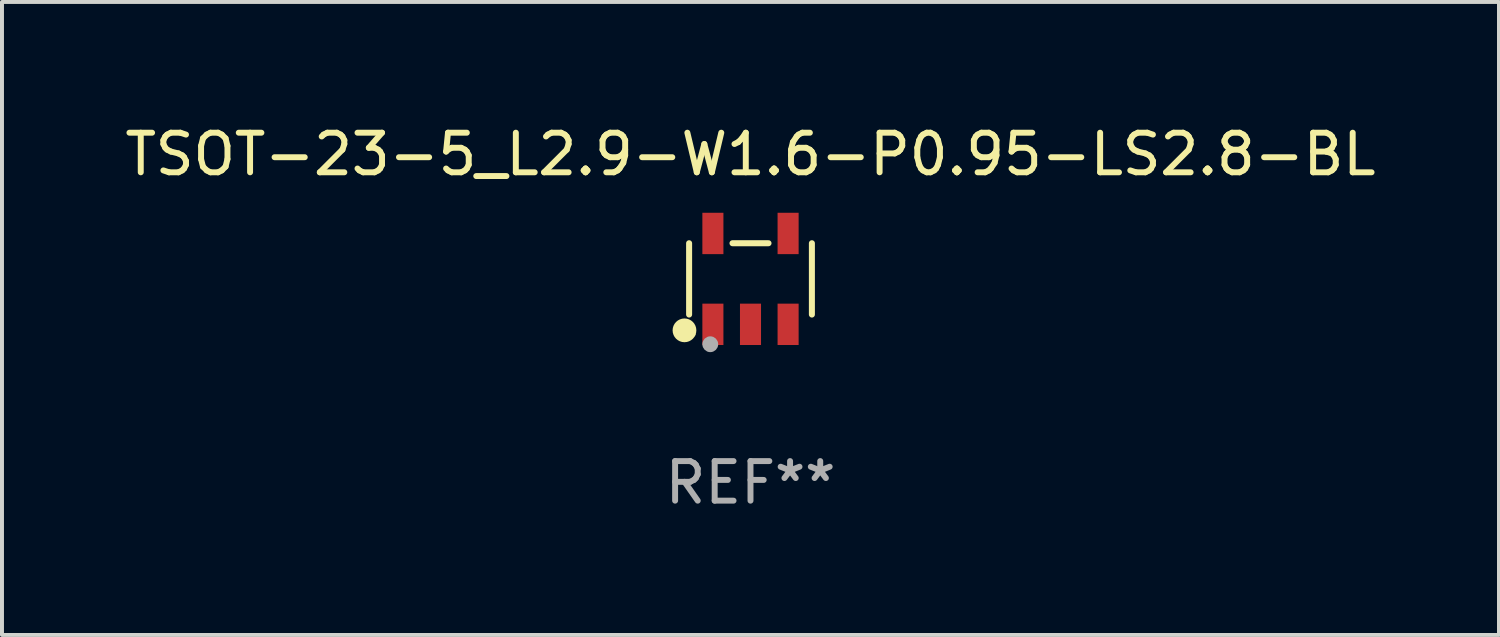
<source format=kicad_pcb>
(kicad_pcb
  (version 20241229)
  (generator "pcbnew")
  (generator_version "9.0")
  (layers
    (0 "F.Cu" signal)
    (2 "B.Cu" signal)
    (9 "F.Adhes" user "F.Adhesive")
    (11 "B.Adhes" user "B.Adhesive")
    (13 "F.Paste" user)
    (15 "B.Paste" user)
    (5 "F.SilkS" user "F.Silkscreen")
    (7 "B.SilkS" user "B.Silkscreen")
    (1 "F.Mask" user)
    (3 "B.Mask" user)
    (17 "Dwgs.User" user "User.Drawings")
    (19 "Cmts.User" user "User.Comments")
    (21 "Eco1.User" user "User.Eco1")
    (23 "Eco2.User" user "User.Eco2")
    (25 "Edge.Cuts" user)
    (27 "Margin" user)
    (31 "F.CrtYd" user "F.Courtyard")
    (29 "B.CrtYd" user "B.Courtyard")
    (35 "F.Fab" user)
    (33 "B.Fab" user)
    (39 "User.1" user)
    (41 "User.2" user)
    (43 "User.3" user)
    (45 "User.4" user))
  (footprint "TSOT-23-5_L2.9-W1.6-P0.95-LS2.8-BL"
    (layer "F.Cu")
    (at 15.911 3.996)
    (property "Reference" "TSOT-23-5_L2.9-W1.6-P0.95-LS2.8-BL" (at 0 -3.148 0) (layer "F.SilkS") (effects (font (size 1 1) (thickness 0.15))))
    (attr smd)
    (fp_line (start -1.551 0.901) (end -1.551 -0.901) (stroke (width 0.152) (type solid)) (layer "F.SilkS"))
    (fp_line (start 0.455 -0.901) (end -0.455 -0.901) (stroke (width 0.152) (type solid)) (layer "F.SilkS"))
    (fp_line (start 1.551 0.901) (end 1.551 -0.901) (stroke (width 0.152) (type solid)) (layer "F.SilkS"))
    (fp_circle (center -1.668 1.3) (end -1.518 1.3) (stroke (width 0.3) (type solid)) (fill no) (layer "F.SilkS"))
    (fp_circle (center -1.45 1.4) (end -1.42 1.4) (stroke (width 0.06) (type solid)) (fill no) (layer "F.SilkS"))
    (fp_circle (center -1.016 1.651) (end -0.916 1.651) (stroke (width 0.2) (type solid)) (fill no) (layer "F.Fab"))
    (fp_text user "REF**" (at 0 5.148 0) (layer "F.Fab") (effects (font (size 1 1) (thickness 0.15))))
    (pad "1" smd rect (at -0.95 1.148) (size 0.532 1.045) (layers "F.Cu" "F.Mask" "F.Paste"))
    (pad "2" smd rect (at 0 1.148) (size 0.532 1.045) (layers "F.Cu" "F.Mask" "F.Paste"))
    (pad "3" smd rect (at 0.95 1.148) (size 0.532 1.045) (layers "F.Cu" "F.Mask" "F.Paste"))
    (pad "4" smd rect (at 0.95 -1.148) (size 0.532 1.045) (layers "F.Cu" "F.Mask" "F.Paste"))
    (pad "5" smd rect (at -0.95 -1.148) (size 0.532 1.045) (layers "F.Cu" "F.Mask" "F.Paste")))
  (gr_rect
    (start -3 -3)
    (end 34.821 12.992)
    (stroke (width 0.1) (type default))
    (fill no)
    (layer "Edge.Cuts")))
</source>
